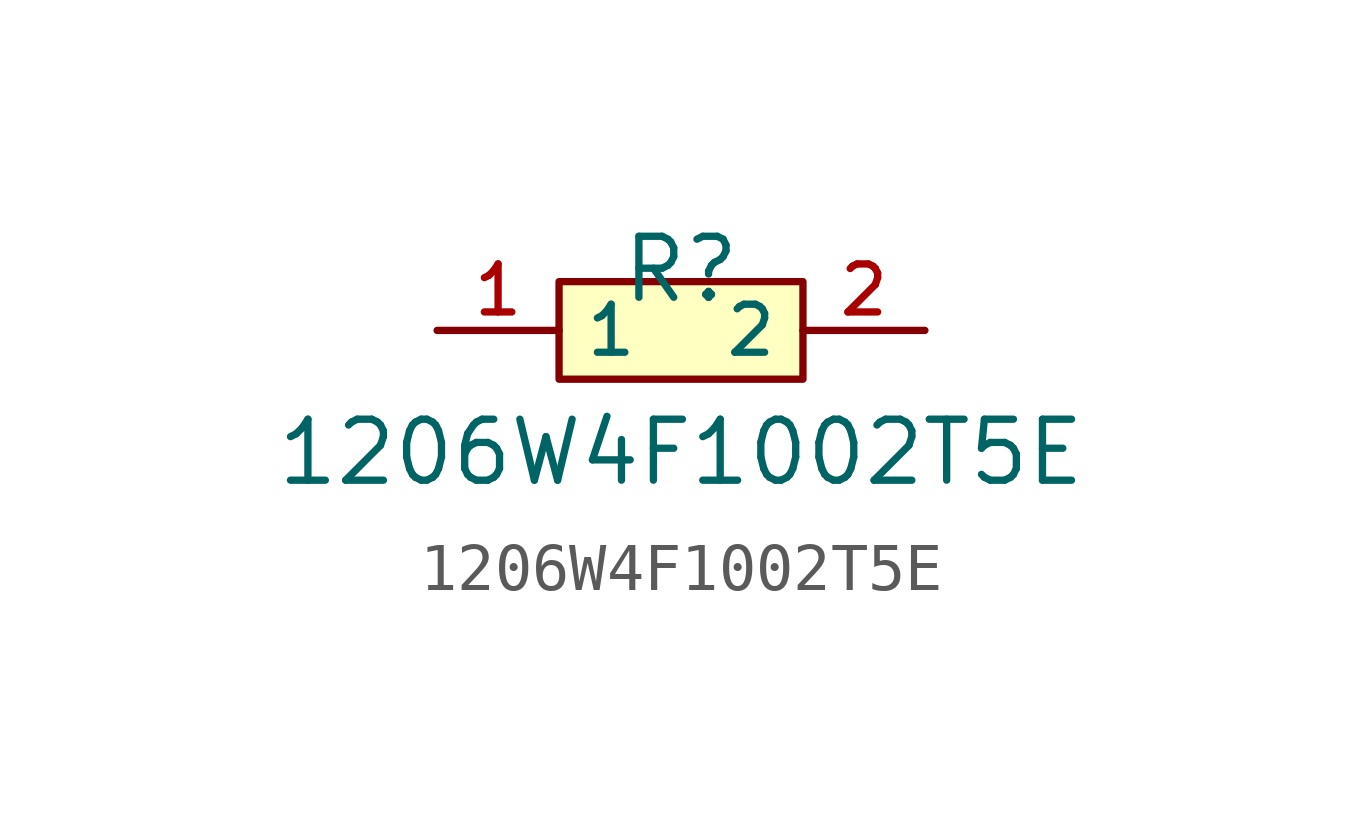
<source format=kicad_sym>
(kicad_symbol_lib
  (version 20210201)
  (generator TousstNicolas/JLC2KiCad_lib)
  (symbol "1206W4F1002T5E"
    (property "Reference" "R"
      (at 0 1.27 0)
      (effects (font (size 1.27 1.27))))
    (property "Value" "1206W4F1002T5E"
      (at 0 -2.54 0)
      (effects (font (size 1.27 1.27))))
    (symbol "1206W4F1002T5E_0_1"
      (pin input line (at 5.08 -0.0 180) (length 2.54) (name "2" (effects (font (size 1 1)))) (number "2" (effects (font (size 1 1)))))
      (pin input line (at -5.08 -0.0 0) (length 2.54) (name "1" (effects (font (size 1 1)))) (number "1" (effects (font (size 1 1)))))
      (rectangle (start -2.54 1.016) (end 2.54 -1.016) (stroke (width 0) (type default) (color 0 0 0 0)) (fill (type background))))))
</source>
